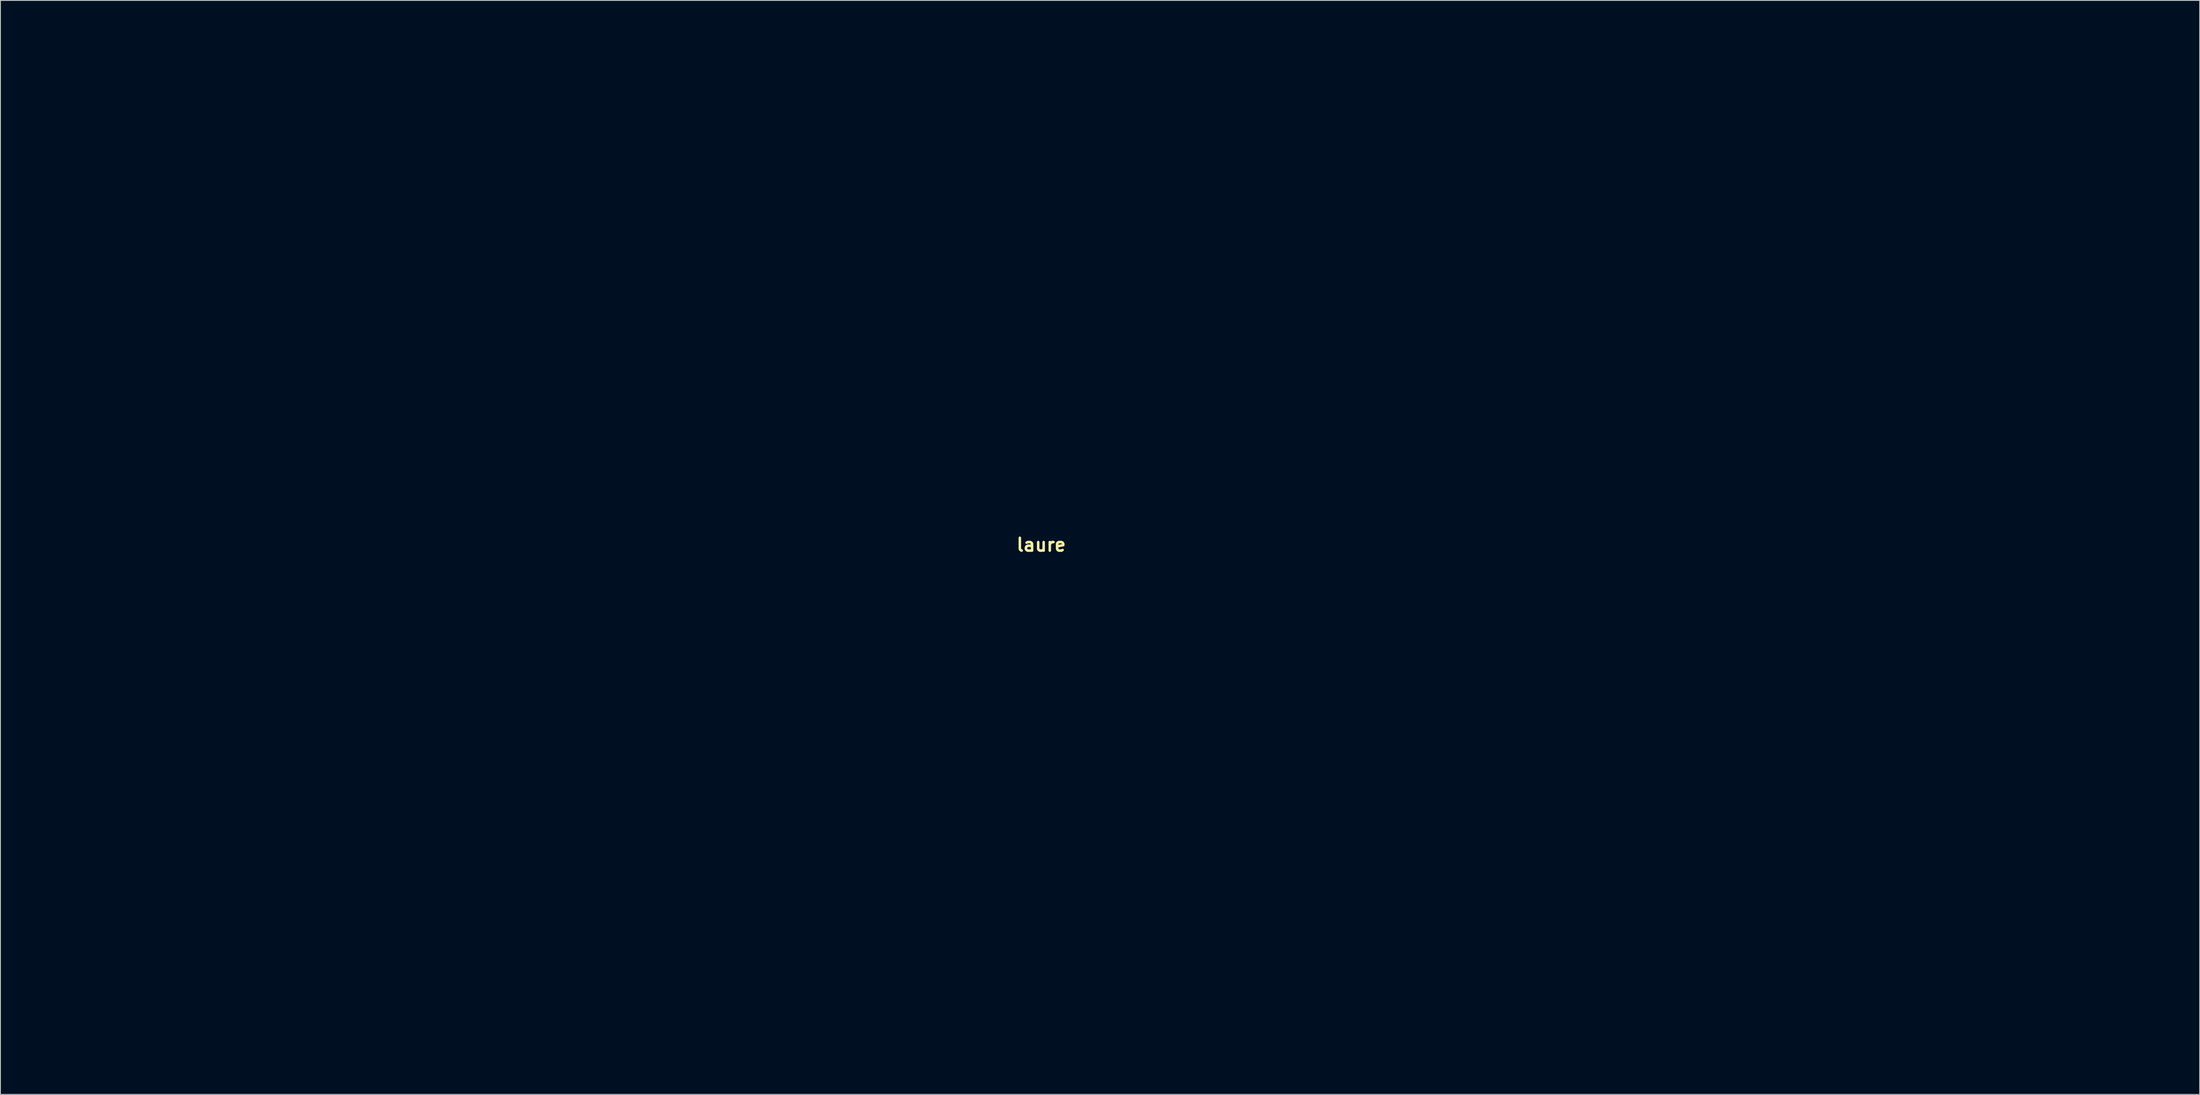
<source format=kicad_pcb>
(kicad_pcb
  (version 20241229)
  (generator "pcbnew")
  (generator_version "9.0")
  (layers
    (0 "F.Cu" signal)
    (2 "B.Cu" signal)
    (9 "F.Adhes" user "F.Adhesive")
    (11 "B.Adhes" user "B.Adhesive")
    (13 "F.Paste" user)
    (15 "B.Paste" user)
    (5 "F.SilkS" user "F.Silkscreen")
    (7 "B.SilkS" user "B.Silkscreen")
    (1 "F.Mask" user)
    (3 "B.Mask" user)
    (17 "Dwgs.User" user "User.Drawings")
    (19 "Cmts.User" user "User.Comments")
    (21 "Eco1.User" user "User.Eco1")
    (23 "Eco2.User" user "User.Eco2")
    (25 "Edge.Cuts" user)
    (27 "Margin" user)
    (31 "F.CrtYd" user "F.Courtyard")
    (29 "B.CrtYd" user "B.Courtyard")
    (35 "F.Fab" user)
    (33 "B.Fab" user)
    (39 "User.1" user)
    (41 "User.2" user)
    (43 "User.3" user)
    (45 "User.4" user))
  (footprint "laure"
    (layer "F.Cu")
    (at 120.639 61.674)
    (property "Reference" "laure" (at 0 0 0) (layer "F.SilkS") (effects (font (size 1.524 1.524) (thickness 0.3))))
    (attr through_hole)
    (fp_poly (pts (xy 52.32 49.794) (xy 53.483 49.906) (xy 53.679 62.248) (xy 50.833 62.248) (xy 48.661 55.63) (xy 48.747 58.849) (xy 48.832 62.069) (xy 46.132 62.292) (xy 46.23 56.099) (xy 46.328 49.906) (xy 47.432 49.798) (xy 48.133 49.792) (xy 48.663 50.006) (xy 49.108 50.553) (xy 49.551 51.546) (xy 50.076 53.095) (xy 50.199 53.483) (xy 51.098 56.345) (xy 51.158 49.681)) (stroke (width 0) (type solid)) (fill yes) (layer "F.Mask"))
    (fp_poly (pts (xy 28.083 0.537) (xy 24.058 0.638) (xy 20.034 0.739) (xy 20.034 6.407) (xy 22.449 6.513) (xy 24.863 6.618) (xy 24.863 10.911) (xy 22.449 11.017) (xy 20.034 11.123) (xy 20.034 16.814) (xy 23.582 16.814) (xy 25.157 16.835) (xy 26.499 16.892) (xy 27.422 16.974) (xy 27.696 17.031) (xy 28.038 17.363) (xy 28.214 18.121) (xy 28.262 19.357) (xy 28.262 21.465) (xy 14.658 21.465) (xy 14.846 -3.756) (xy 28.083 -3.756)) (stroke (width 0) (type solid)) (fill yes) (layer "F.Mask"))
    (fp_poly (pts (xy -40.022 52.231) (xy -44.003 52.231) (xy -44.003 53.46) (xy -43.933 54.301) (xy -43.586 54.67) (xy -42.84 54.802) (xy -42.034 54.963) (xy -41.722 55.381) (xy -41.677 55.987) (xy -41.768 56.74) (xy -42.188 57.069) (xy -42.84 57.173) (xy -44.003 57.285) (xy -44.003 62.248) (xy -45.266 62.248) (xy -46.162 62.129) (xy -46.681 61.835) (xy -46.707 61.786) (xy -46.761 61.285) (xy -46.796 60.202) (xy -46.81 58.67) (xy -46.802 56.822) (xy -46.785 55.615) (xy -46.686 49.906) (xy -40.246 49.906)) (stroke (width 0) (type solid)) (fill yes) (layer "F.Mask"))
    (fp_poly (pts (xy -11.09 21.494) (xy -14.015 21.39) (xy -16.94 21.286) (xy -19.186 14.31) (xy -21.432 7.334) (xy -21.465 21.465) (xy -23.909 21.465) (xy -25.172 21.432) (xy -26.135 21.347) (xy -26.592 21.227) (xy -26.592 21.226) (xy -26.66 20.811) (xy -26.716 19.783) (xy -26.76 18.241) (xy -26.792 16.289) (xy -26.812 14.028) (xy -26.822 11.559) (xy -26.82 8.983) (xy -26.808 6.402) (xy -26.786 3.918) (xy -26.753 1.632) (xy -26.711 -0.354) (xy -26.659 -1.939) (xy -26.598 -3.022) (xy -26.528 -3.5) (xy -26.526 -3.505) (xy -26.075 -3.764) (xy -25.09 -3.878) (xy -23.58 -3.863) (xy -20.928 -3.756) (xy -18.73 2.862) (xy -16.533 9.48) (xy -16.405 2.862) (xy -16.277 -3.756) (xy -13.684 -3.861) (xy -11.09 -3.967)) (stroke (width 0) (type solid)) (fill yes) (layer "F.Mask"))
    (fp_poly (pts (xy 102.719 52.231) (xy 98.738 52.231) (xy 98.738 53.46) (xy 98.807 54.301) (xy 99.155 54.67) (xy 99.901 54.802) (xy 100.706 54.963) (xy 101.019 55.381) (xy 101.063 55.987) (xy 100.973 56.74) (xy 100.553 57.069) (xy 99.901 57.173) (xy 99.108 57.324) (xy 98.792 57.729) (xy 98.738 58.496) (xy 98.769 59.201) (xy 98.981 59.572) (xy 99.554 59.736) (xy 100.616 59.814) (xy 101.711 59.902) (xy 102.283 60.081) (xy 102.521 60.475) (xy 102.606 61.085) (xy 102.719 62.248) (xy 99.465 62.248) (xy 97.738 62.211) (xy 96.645 62.095) (xy 96.108 61.888) (xy 96.034 61.786) (xy 95.98 61.285) (xy 95.945 60.202) (xy 95.931 58.67) (xy 95.939 56.822) (xy 95.956 55.615) (xy 96.055 49.906) (xy 102.494 49.906)) (stroke (width 0) (type solid)) (fill yes) (layer "F.Mask"))
    (fp_poly (pts (xy 130.809 -56.806) (xy 134.334 -56.703) (xy 134.334 -17.708) (xy 125.634 -17.508) (xy 123.435 -24.405) (xy 122.65 -26.858) (xy 121.827 -29.404) (xy 121.034 -31.843) (xy 120.334 -33.975) (xy 119.854 -35.417) (xy 118.471 -39.531) (xy 118.414 -17.53) (xy 110.538 -17.53) (xy 110.63 -37.116) (xy 110.723 -56.703) (xy 119.265 -56.703) (xy 122.671 -46.075) (xy 123.511 -43.468) (xy 124.284 -41.101) (xy 124.963 -39.054) (xy 125.52 -37.407) (xy 125.928 -36.242) (xy 126.16 -35.639) (xy 126.202 -35.573) (xy 126.233 -35.948) (xy 126.259 -36.949) (xy 126.279 -38.482) (xy 126.293 -40.456) (xy 126.299 -42.782) (xy 126.297 -45.366) (xy 126.296 -45.88) (xy 126.292 -48.936) (xy 126.303 -51.35) (xy 126.333 -53.198) (xy 126.385 -54.554) (xy 126.463 -55.492) (xy 126.569 -56.087) (xy 126.707 -56.412) (xy 126.775 -56.485) (xy 127.466 -56.71) (xy 128.846 -56.816)) (stroke (width 0) (type solid)) (fill yes) (layer "F.Mask"))
    (fp_poly (pts (xy 131.629 49.865) (xy 133.051 50.383) (xy 133.98 51.415) (xy 134.396 52.724) (xy 134.614 54.069) (xy 133.222 53.955) (xy 132.277 53.798) (xy 131.835 53.448) (xy 131.713 53.015) (xy 131.413 52.374) (xy 131.001 52.304) (xy 130.412 52.671) (xy 130.359 53.333) (xy 130.829 54.124) (xy 131.172 54.449) (xy 132.645 55.71) (xy 133.623 56.687) (xy 134.198 57.505) (xy 134.463 58.288) (xy 134.513 58.94) (xy 134.226 60.483) (xy 133.398 61.572) (xy 132.082 62.158) (xy 131.151 62.248) (xy 129.752 62.078) (xy 128.717 61.508) (xy 128.642 61.443) (xy 127.959 60.533) (xy 127.639 59.565) (xy 127.638 58.839) (xy 127.958 58.514) (xy 128.789 58.387) (xy 129.71 58.409) (xy 130.216 58.761) (xy 130.399 59.102) (xy 130.86 59.749) (xy 131.287 59.718) (xy 131.543 59.024) (xy 131.552 58.95) (xy 131.416 58.312) (xy 130.821 57.587) (xy 129.869 56.8) (xy 128.389 55.396) (xy 127.609 53.961) (xy 127.534 52.512) (xy 127.872 51.558) (xy 128.825 50.422) (xy 130.173 49.859)) (stroke (width 0) (type solid)) (fill yes) (layer "F.Mask"))
    (fp_poly (pts (xy 96.339 -56.809) (xy 98.303 -56.768) (xy 99.672 -56.694) (xy 100.485 -56.587) (xy 100.751 -56.486) (xy 101.01 -55.917) (xy 101.177 -54.861) (xy 101.251 -53.544) (xy 101.229 -52.189) (xy 101.11 -51.021) (xy 100.89 -50.262) (xy 100.813 -50.156) (xy 100.329 -49.973) (xy 99.271 -49.842) (xy 97.595 -49.762) (xy 95.259 -49.728) (xy 94.552 -49.727) (xy 88.721 -49.727) (xy 88.721 -40.783) (xy 92.076 -40.783) (xy 93.857 -40.747) (xy 95.028 -40.628) (xy 95.688 -40.414) (xy 95.847 -40.281) (xy 96.069 -39.607) (xy 96.171 -38.315) (xy 96.159 -36.793) (xy 96.055 -33.807) (xy 92.388 -33.705) (xy 88.721 -33.603) (xy 88.721 -24.685) (xy 94.377 -24.685) (xy 96.842 -24.662) (xy 98.653 -24.592) (xy 99.869 -24.469) (xy 100.552 -24.29) (xy 100.653 -24.231) (xy 100.961 -23.892) (xy 101.134 -23.33) (xy 101.198 -22.386) (xy 101.174 -20.901) (xy 101.169 -20.743) (xy 101.063 -17.708) (xy 90.775 -17.614) (xy 80.487 -17.519) (xy 80.579 -37.111) (xy 80.672 -56.703) (xy 90.466 -56.798) (xy 93.74 -56.819)) (stroke (width 0) (type solid)) (fill yes) (layer "F.Mask"))
    (fp_poly (pts (xy 83.58 49.939) (xy 84.503 50.074) (xy 85.154 50.366) (xy 85.646 50.768) (xy 86.568 52.065) (xy 86.81 53.578) (xy 86.371 55.294) (xy 86.233 55.596) (xy 85.459 57.195) (xy 86.196 59.58) (xy 86.561 60.783) (xy 86.825 61.686) (xy 86.932 62.102) (xy 86.932 62.107) (xy 86.615 62.196) (xy 85.826 62.245) (xy 85.545 62.248) (xy 84.158 62.248) (xy 83.509 59.744) (xy 83.156 58.524) (xy 82.827 57.632) (xy 82.589 57.244) (xy 82.57 57.239) (xy 82.428 57.567) (xy 82.325 58.429) (xy 82.282 59.644) (xy 82.282 59.744) (xy 82.282 62.248) (xy 81.018 62.248) (xy 80.123 62.129) (xy 79.603 61.835) (xy 79.578 61.786) (xy 79.523 61.285) (xy 79.488 60.202) (xy 79.474 58.67) (xy 79.483 56.822) (xy 79.5 55.615) (xy 79.534 53.662) (xy 82.282 53.662) (xy 82.339 54.614) (xy 82.554 55.01) (xy 82.869 55.03) (xy 83.541 54.648) (xy 83.851 54.288) (xy 84.009 53.47) (xy 83.624 52.71) (xy 82.869 52.294) (xy 82.488 52.363) (xy 82.314 52.872) (xy 82.282 53.662) (xy 79.534 53.662) (xy 79.599 49.906) (xy 82.164 49.906)) (stroke (width 0) (type solid)) (fill yes) (layer "F.Mask"))
    (fp_poly (pts (xy -42.408 -56.808) (xy -42.34 -56.806) (xy -38.815 -56.703) (xy -38.722 -40.694) (xy -38.629 -24.685) (xy -32.756 -24.685) (xy -30.357 -24.678) (xy -28.581 -24.627) (xy -27.333 -24.484) (xy -26.521 -24.201) (xy -26.051 -23.73) (xy -25.829 -23.023) (xy -25.762 -22.034) (xy -25.758 -21.111) (xy -25.742 -20.081) (xy -25.744 -19.268) (xy -25.841 -18.648) (xy -26.106 -18.194) (xy -26.616 -17.881) (xy -27.445 -17.683) (xy -28.669 -17.574) (xy -30.364 -17.529) (xy -32.605 -17.523) (xy -35.466 -17.529) (xy -36.29 -17.53) (xy -38.909 -17.538) (xy -41.293 -17.561) (xy -43.347 -17.596) (xy -44.98 -17.643) (xy -46.098 -17.697) (xy -46.608 -17.758) (xy -46.626 -17.768) (xy -46.672 -18.161) (xy -46.714 -19.203) (xy -46.753 -20.827) (xy -46.787 -22.966) (xy -46.817 -25.553) (xy -46.84 -28.523) (xy -46.856 -31.807) (xy -46.864 -35.339) (xy -46.865 -37.043) (xy -46.862 -41.319) (xy -46.854 -44.934) (xy -46.837 -47.941) (xy -46.812 -50.393) (xy -46.777 -52.344) (xy -46.73 -53.847) (xy -46.67 -54.957) (xy -46.596 -55.726) (xy -46.506 -56.208) (xy -46.399 -56.457) (xy -46.365 -56.494) (xy -45.696 -56.708) (xy -44.363 -56.813)) (stroke (width 0) (type solid)) (fill yes) (layer "F.Mask"))
    (fp_poly (pts (xy -26.583 49.965) (xy -25.316 50.771) (xy -24.748 51.316) (xy -24.394 51.839) (xy -24.193 52.53) (xy -24.085 53.583) (xy -24.021 54.898) (xy -23.985 57.17) (xy -24.106 58.866) (xy -24.408 60.112) (xy -24.914 61.035) (xy -25.229 61.393) (xy -26.384 62.085) (xy -27.81 62.287) (xy -29.256 62) (xy -30.299 61.385) (xy -30.746 60.965) (xy -31.042 60.522) (xy -31.224 59.898) (xy -31.331 58.936) (xy -31.384 57.807) (xy -28.562 57.807) (xy -28.469 59.032) (xy -28.237 59.719) (xy -27.84 59.955) (xy -27.299 59.847) (xy -27.068 59.592) (xy -26.934 58.969) (xy -26.883 57.865) (xy -26.905 56.168) (xy -26.908 56.034) (xy -26.965 54.392) (xy -27.043 53.336) (xy -27.171 52.74) (xy -27.378 52.474) (xy -27.694 52.41) (xy -27.725 52.41) (xy -28.054 52.464) (xy -28.27 52.713) (xy -28.404 53.286) (xy -28.485 54.313) (xy -28.543 55.923) (xy -28.544 55.958) (xy -28.562 57.807) (xy -31.384 57.807) (xy -31.4 57.48) (xy -31.426 56.71) (xy -31.443 54.468) (xy -31.311 52.816) (xy -30.996 51.641) (xy -30.468 50.829) (xy -29.695 50.265) (xy -29.66 50.247) (xy -28.071 49.751)) (stroke (width 0) (type solid)) (fill yes) (layer "F.Mask"))
    (fp_poly (pts (xy -10.736 49.938) (xy -9.866 50.081) (xy -9.234 50.405) (xy -8.683 50.898) (xy -8.038 51.697) (xy -7.749 52.591) (xy -7.692 53.633) (xy -7.855 55.139) (xy -8.358 56.112) (xy -8.691 56.524) (xy -8.83 56.942) (xy -8.769 57.556) (xy -8.502 58.557) (xy -8.268 59.335) (xy -7.899 60.581) (xy -7.63 61.547) (xy -7.514 62.04) (xy -7.513 62.057) (xy -7.827 62.181) (xy -8.607 62.196) (xy -8.854 62.18) (xy -9.563 62.093) (xy -10.017 61.874) (xy -10.344 61.364) (xy -10.669 60.407) (xy -10.888 59.654) (xy -11.268 58.462) (xy -11.616 57.599) (xy -11.861 57.241) (xy -11.872 57.239) (xy -12.015 57.567) (xy -12.12 58.429) (xy -12.163 59.644) (xy -12.163 59.744) (xy -12.163 62.248) (xy -14.685 62.248) (xy -14.587 56.077) (xy -14.548 53.662) (xy -12.163 53.662) (xy -12.094 54.647) (xy -11.805 55.042) (xy -11.18 54.962) (xy -10.941 54.876) (xy -10.401 54.375) (xy -10.328 53.636) (xy -10.645 52.886) (xy -11.275 52.353) (xy -11.835 52.231) (xy -12.041 52.548) (xy -12.155 53.341) (xy -12.163 53.662) (xy -14.548 53.662) (xy -14.489 49.906) (xy -12.082 49.906)) (stroke (width 0) (type solid)) (fill yes) (layer "F.Mask"))
    (fp_poly (pts (xy 35.027 50.247) (xy 35.809 50.804) (xy 36.346 51.605) (xy 36.668 52.763) (xy 36.808 54.395) (xy 36.795 56.613) (xy 36.792 56.71) (xy 36.728 58.412) (xy 36.641 59.556) (xy 36.494 60.299) (xy 36.249 60.797) (xy 35.868 61.207) (xy 35.665 61.385) (xy 34.394 62.081) (xy 32.934 62.287) (xy 31.535 62.005) (xy 30.595 61.393) (xy 29.985 60.578) (xy 29.59 59.5) (xy 29.387 58.031) (xy 29.383 57.807) (xy 32.255 57.807) (xy 32.348 59.032) (xy 32.579 59.719) (xy 32.977 59.955) (xy 33.518 59.847) (xy 33.749 59.592) (xy 33.883 58.969) (xy 33.934 57.865) (xy 33.912 56.168) (xy 33.909 56.034) (xy 33.852 54.392) (xy 33.774 53.336) (xy 33.646 52.74) (xy 33.439 52.474) (xy 33.123 52.41) (xy 33.092 52.41) (xy 32.763 52.464) (xy 32.547 52.713) (xy 32.413 53.286) (xy 32.332 54.313) (xy 32.274 55.923) (xy 32.273 55.958) (xy 32.255 57.807) (xy 29.383 57.807) (xy 29.352 56.046) (xy 29.387 54.898) (xy 29.464 53.39) (xy 29.582 52.405) (xy 29.803 51.752) (xy 30.186 51.239) (xy 30.682 50.771) (xy 32.084 49.915) (xy 33.581 49.768)) (stroke (width 0) (type solid)) (fill yes) (layer "F.Mask"))
    (fp_poly (pts (xy -110.012 -61.272) (xy -109.657 -60.348) (xy -109.199 -59.061) (xy -108.905 -58.198) (xy -107.803 -54.914) (xy -103.896 -54.735) (xy -99.99 -54.556) (xy -103.12 -52.279) (xy -104.389 -51.349) (xy -105.411 -50.59) (xy -106.068 -50.088) (xy -106.251 -49.931) (xy -106.144 -49.585) (xy -105.858 -48.714) (xy -105.442 -47.471) (xy -105.177 -46.686) (xy -104.707 -45.247) (xy -104.341 -44.038) (xy -104.133 -43.238) (xy -104.104 -43.045) (xy -104.368 -43.046) (xy -105.081 -43.414) (xy -106.126 -44.083) (xy -107.03 -44.722) (xy -108.287 -45.622) (xy -109.34 -46.336) (xy -110.049 -46.773) (xy -110.265 -46.865) (xy -110.694 -46.668) (xy -111.51 -46.154) (xy -112.437 -45.505) (xy -114.117 -44.287) (xy -115.299 -43.453) (xy -116.057 -42.958) (xy -116.463 -42.755) (xy -116.592 -42.8) (xy -116.559 -42.948) (xy -116.143 -44.142) (xy -115.705 -45.561) (xy -115.29 -47.031) (xy -114.945 -48.381) (xy -114.715 -49.439) (xy -114.646 -50.032) (xy -114.66 -50.088) (xy -115.026 -50.431) (xy -115.841 -51.078) (xy -116.967 -51.922) (xy -117.755 -52.493) (xy -120.639 -54.556) (xy -116.684 -54.657) (xy -112.729 -54.758) (xy -111.564 -58.312) (xy -111.069 -59.752) (xy -110.64 -60.874) (xy -110.329 -61.546) (xy -110.203 -61.674)) (stroke (width 0) (type solid)) (fill yes) (layer "F.Mask"))
    (fp_poly (pts (xy 67.899 49.979) (xy 69.036 50.669) (xy 69.784 51.428) (xy 70.057 52.188) (xy 70.048 52.905) (xy 69.895 53.788) (xy 69.518 54.188) (xy 68.946 54.313) (xy 68.207 54.277) (xy 67.771 53.823) (xy 67.563 53.311) (xy 67.093 52.476) (xy 66.589 52.306) (xy 66.312 52.471) (xy 66.125 52.924) (xy 66.004 53.789) (xy 65.926 55.192) (xy 65.901 55.962) (xy 65.894 57.9) (xy 66.016 59.179) (xy 66.283 59.846) (xy 66.711 59.95) (xy 67.155 59.679) (xy 67.524 59.08) (xy 67.602 58.341) (xy 67.398 57.757) (xy 67.077 57.597) (xy 66.651 57.277) (xy 66.541 56.524) (xy 66.58 55.889) (xy 66.82 55.572) (xy 67.446 55.463) (xy 68.33 55.451) (xy 70.118 55.451) (xy 70.118 57.971) (xy 70.086 59.364) (xy 69.952 60.262) (xy 69.658 60.888) (xy 69.24 61.37) (xy 68.066 62.08) (xy 66.627 62.289) (xy 65.172 61.996) (xy 64.146 61.385) (xy 63.699 60.965) (xy 63.403 60.522) (xy 63.221 59.898) (xy 63.114 58.936) (xy 63.045 57.48) (xy 63.02 56.71) (xy 63.002 54.468) (xy 63.134 52.816) (xy 63.449 51.641) (xy 63.978 50.829) (xy 64.75 50.265) (xy 64.785 50.247) (xy 66.383 49.76)) (stroke (width 0) (type solid)) (fill yes) (layer "F.Mask"))
    (fp_poly (pts (xy 16.807 49.796) (xy 17.05 49.822) (xy 18.639 50.242) (xy 19.687 51.108) (xy 20.24 52.459) (xy 20.241 52.464) (xy 20.328 53.257) (xy 20.035 53.635) (xy 19.364 53.831) (xy 18.26 53.927) (xy 17.674 53.584) (xy 17.53 52.925) (xy 17.266 52.343) (xy 16.814 52.231) (xy 16.493 52.279) (xy 16.285 52.507) (xy 16.167 53.043) (xy 16.113 54.015) (xy 16.099 55.549) (xy 16.099 55.928) (xy 16.118 57.485) (xy 16.171 58.762) (xy 16.248 59.599) (xy 16.312 59.838) (xy 16.811 59.946) (xy 17.31 59.592) (xy 17.53 58.99) (xy 17.664 58.544) (xy 18.189 58.348) (xy 18.961 58.313) (xy 19.881 58.36) (xy 20.291 58.59) (xy 20.391 59.132) (xy 20.392 59.235) (xy 20.116 60.159) (xy 19.403 61.144) (xy 19.346 61.202) (xy 18.46 61.914) (xy 17.492 62.209) (xy 16.695 62.248) (xy 15.567 62.159) (xy 14.797 61.793) (xy 14.163 61.147) (xy 13.763 60.63) (xy 13.498 60.109) (xy 13.341 59.427) (xy 13.264 58.425) (xy 13.239 56.948) (xy 13.237 55.932) (xy 13.242 54.163) (xy 13.28 52.954) (xy 13.383 52.153) (xy 13.583 51.605) (xy 13.913 51.156) (xy 14.327 50.728) (xy 15.1 50.049) (xy 15.811 49.777)) (stroke (width 0) (type solid)) (fill yes) (layer "F.Mask"))
    (fp_poly (pts (xy 41.429 -3.866) (xy 42.449 -3.776) (xy 43.241 -3.6) (xy 43.966 -3.32) (xy 44.248 -3.187) (xy 45.877 -2.028) (xy 47.083 -0.419) (xy 47.844 1.495) (xy 48.135 3.568) (xy 47.932 5.655) (xy 47.212 7.612) (xy 46.253 8.979) (xy 44.992 10.376) (xy 46.644 15.718) (xy 47.21 17.562) (xy 47.692 19.159) (xy 48.055 20.387) (xy 48.262 21.124) (xy 48.296 21.278) (xy 47.967 21.368) (xy 47.097 21.411) (xy 45.858 21.401) (xy 45.554 21.39) (xy 42.813 21.286) (xy 41.399 16.188) (xy 40.825 14.168) (xy 40.382 12.746) (xy 40.029 11.826) (xy 39.729 11.312) (xy 39.44 11.107) (xy 39.311 11.09) (xy 39.048 11.135) (xy 38.863 11.343) (xy 38.744 11.821) (xy 38.676 12.676) (xy 38.645 14.016) (xy 38.637 15.949) (xy 38.637 16.277) (xy 38.637 21.465) (xy 33.261 21.465) (xy 33.416 0.715) (xy 38.637 0.715) (xy 38.637 6.797) (xy 39.95 6.797) (xy 41.016 6.639) (xy 41.859 6.254) (xy 41.918 6.205) (xy 42.388 5.444) (xy 42.567 4.197) (xy 42.572 3.88) (xy 42.354 2.296) (xy 41.691 1.266) (xy 40.565 0.769) (xy 39.889 0.715) (xy 38.637 0.715) (xy 33.416 0.715) (xy 33.449 -3.756) (xy 38.054 -3.857) (xy 40.017 -3.887)) (stroke (width 0) (type solid)) (fill yes) (layer "F.Mask"))
    (fp_poly (pts (xy 116.352 50.018) (xy 117.502 50.79) (xy 118.238 51.888) (xy 118.414 52.799) (xy 118.354 53.625) (xy 118.026 53.958) (xy 117.211 54.02) (xy 117.201 54.02) (xy 116.322 53.918) (xy 115.891 53.509) (xy 115.763 53.125) (xy 115.378 52.42) (xy 114.847 52.263) (xy 114.381 52.7) (xy 114.333 52.812) (xy 114.422 53.329) (xy 115.015 54.137) (xy 116.153 55.288) (xy 116.346 55.468) (xy 117.439 56.509) (xy 118.1 57.249) (xy 118.433 57.861) (xy 118.542 58.515) (xy 118.542 59.072) (xy 118.217 60.578) (xy 117.36 61.619) (xy 116.015 62.154) (xy 115.085 62.22) (xy 114.033 62.16) (xy 113.257 62.047) (xy 113.13 62.008) (xy 112.592 61.51) (xy 112.063 60.61) (xy 111.696 59.608) (xy 111.617 59.046) (xy 111.749 58.543) (xy 112.275 58.339) (xy 112.878 58.313) (xy 113.811 58.424) (xy 114.316 58.855) (xy 114.476 59.2) (xy 114.926 59.778) (xy 115.475 59.866) (xy 115.86 59.476) (xy 115.91 59.151) (xy 115.664 58.662) (xy 115.056 57.922) (xy 114.282 57.129) (xy 113.534 56.48) (xy 113.008 56.173) (xy 112.968 56.168) (xy 112.58 55.855) (xy 112.159 55.082) (xy 111.807 54.091) (xy 111.624 53.126) (xy 111.617 52.937) (xy 111.942 51.69) (xy 112.791 50.619) (xy 113.968 49.91) (xy 114.961 49.727)) (stroke (width 0) (type solid)) (fill yes) (layer "F.Mask"))
    (fp_poly (pts (xy -32.197 6.013) (xy -32.213 9.513) (xy -32.261 12.401) (xy -32.339 14.653) (xy -32.447 16.242) (xy -32.584 17.145) (xy -32.603 17.208) (xy -33.363 18.654) (xy -34.554 20.04) (xy -35.925 21.093) (xy -36.389 21.329) (xy -37.842 21.695) (xy -39.615 21.786) (xy -41.371 21.605) (xy -42.561 21.256) (xy -44.007 20.459) (xy -45.084 19.398) (xy -45.919 18.066) (xy -46.143 17.618) (xy -46.318 17.146) (xy -46.451 16.563) (xy -46.548 15.779) (xy -46.613 14.705) (xy -46.654 13.253) (xy -46.676 11.333) (xy -46.685 8.857) (xy -46.686 6.439) (xy -46.686 -3.756) (xy -44.214 -3.863) (xy -42.686 -3.873) (xy -41.779 -3.731) (xy -41.447 -3.506) (xy -41.368 -3.037) (xy -41.298 -1.95) (xy -41.237 -0.345) (xy -41.19 1.682) (xy -41.159 4.033) (xy -41.146 6.608) (xy -41.146 6.636) (xy -41.141 9.657) (xy -41.119 12.039) (xy -41.071 13.856) (xy -40.984 15.186) (xy -40.847 16.103) (xy -40.649 16.684) (xy -40.377 17.004) (xy -40.022 17.14) (xy -39.57 17.166) (xy -39.549 17.166) (xy -39.04 17.15) (xy -38.636 17.061) (xy -38.324 16.823) (xy -38.089 16.361) (xy -37.918 15.599) (xy -37.797 14.463) (xy -37.712 12.877) (xy -37.648 10.765) (xy -37.594 8.053) (xy -37.563 6.363) (xy -37.385 -3.756) (xy -34.791 -3.861) (xy -32.197 -3.967)) (stroke (width 0) (type solid)) (fill yes) (layer "F.Mask"))
    (fp_poly (pts (xy 2.354 -3.798) (xy 3.72 -3.674) (xy 4.377 -3.555) (xy 5.944 -2.822) (xy 7.384 -1.605) (xy 8.477 -0.12) (xy 8.902 0.902) (xy 9.051 1.823) (xy 9.164 3.289) (xy 9.243 5.155) (xy 9.286 7.272) (xy 9.295 9.493) (xy 9.269 11.671) (xy 9.208 13.658) (xy 9.112 15.307) (xy 8.982 16.47) (xy 8.896 16.85) (xy 8.135 18.296) (xy 6.944 19.682) (xy 5.574 20.736) (xy 5.109 20.971) (xy 4.278 21.183) (xy 3.003 21.34) (xy 1.443 21.441) (xy -0.246 21.486) (xy -1.906 21.475) (xy -3.379 21.405) (xy -4.507 21.278) (xy -5.133 21.092) (xy -5.203 21.015) (xy -5.242 20.562) (xy -5.271 19.479) (xy -5.292 17.854) (xy -5.298 16.814) (xy 0 16.814) (xy 1.422 16.814) (xy 2.417 16.728) (xy 3.007 16.362) (xy 3.389 15.759) (xy 3.606 15.171) (xy 3.761 14.308) (xy 3.862 13.06) (xy 3.917 11.321) (xy 3.935 8.984) (xy 3.935 8.759) (xy 3.915 6.15) (xy 3.833 4.17) (xy 3.662 2.735) (xy 3.371 1.758) (xy 2.931 1.155) (xy 2.313 0.84) (xy 1.487 0.728) (xy 1.163 0.721) (xy 0 0.715) (xy 0 16.814) (xy -5.298 16.814) (xy -5.304 15.772) (xy -5.305 13.319) (xy -5.296 10.582) (xy -5.282 8.405) (xy -5.187 -3.756) (xy -1.155 -3.858) (xy 0.655 -3.863)) (stroke (width 0) (type solid)) (fill yes) (layer "F.Mask"))
    (fp_poly (pts (xy 127.043 -3.869) (xy 128.897 -3.673) (xy 130.331 -3.296) (xy 131.49 -2.691) (xy 132.518 -1.813) (xy 132.971 -1.323) (xy 133.467 -0.7) (xy 133.849 -0.035) (xy 134.129 0.769) (xy 134.32 1.809) (xy 134.434 3.182) (xy 134.485 4.985) (xy 134.484 7.315) (xy 134.448 10.044) (xy 134.407 12.447) (xy 134.362 14.249) (xy 134.299 15.562) (xy 134.202 16.5) (xy 134.058 17.178) (xy 133.85 17.709) (xy 133.564 18.206) (xy 133.326 18.569) (xy 132.493 19.642) (xy 131.544 20.422) (xy 130.353 20.95) (xy 128.797 21.27) (xy 126.75 21.425) (xy 124.824 21.457) (xy 123.096 21.442) (xy 121.636 21.395) (xy 120.588 21.324) (xy 120.096 21.236) (xy 120.084 21.226) (xy 120.024 20.821) (xy 119.973 19.803) (xy 119.93 18.271) (xy 119.897 16.329) (xy 119.872 14.077) (xy 119.856 11.617) (xy 119.85 9.051) (xy 119.852 6.479) (xy 119.864 4.004) (xy 119.885 1.726) (xy 119.901 0.715) (xy 125.569 0.715) (xy 125.569 16.814) (xy 126.801 16.814) (xy 127.939 16.596) (xy 128.59 16.019) (xy 128.795 15.603) (xy 128.945 14.961) (xy 129.047 13.989) (xy 129.11 12.587) (xy 129.14 10.652) (xy 129.146 8.685) (xy 129.141 6.355) (xy 129.119 4.633) (xy 129.068 3.411) (xy 128.979 2.582) (xy 128.841 2.038) (xy 128.643 1.672) (xy 128.431 1.431) (xy 127.529 0.892) (xy 126.642 0.715) (xy 125.569 0.715) (xy 119.901 0.715) (xy 119.916 -0.252) (xy 119.956 -1.829) (xy 120.006 -2.905) (xy 120.062 -3.369) (xy 120.262 -3.613) (xy 120.717 -3.776) (xy 121.545 -3.873) (xy 122.863 -3.919) (xy 124.623 -3.927)) (stroke (width 0) (type solid)) (fill yes) (layer "F.Mask"))
    (fp_poly (pts (xy 58.324 -56.854) (xy 60.598 -56.754) (xy 62.399 -56.561) (xy 63.849 -56.25) (xy 65.07 -55.8) (xy 66.18 -55.188) (xy 66.834 -54.741) (xy 68.576 -53.059) (xy 69.879 -50.942) (xy 70.736 -48.523) (xy 71.141 -45.932) (xy 71.091 -43.305) (xy 70.577 -40.771) (xy 69.596 -38.465) (xy 68.14 -36.518) (xy 67.643 -36.052) (xy 66.285 -34.88) (xy 68.899 -26.473) (xy 69.61 -24.142) (xy 70.224 -22.036) (xy 70.717 -20.252) (xy 71.062 -18.885) (xy 71.233 -18.031) (xy 71.232 -17.785) (xy 70.779 -17.68) (xy 69.771 -17.612) (xy 68.368 -17.588) (xy 67.078 -17.606) (xy 63.205 -17.708) (xy 61.001 -25.579) (xy 58.798 -33.449) (xy 56.524 -33.674) (xy 56.524 -17.53) (xy 52.627 -17.53) (xy 50.858 -17.546) (xy 49.681 -17.608) (xy 48.974 -17.731) (xy 48.613 -17.932) (xy 48.513 -18.095) (xy 48.471 -18.553) (xy 48.432 -19.658) (xy 48.396 -21.339) (xy 48.365 -23.53) (xy 48.338 -26.16) (xy 48.318 -29.16) (xy 48.303 -32.463) (xy 48.296 -35.997) (xy 48.296 -37.342) (xy 48.3 -41.761) (xy 48.313 -45.506) (xy 48.337 -48.622) (xy 48.352 -49.727) (xy 56.524 -49.727) (xy 56.524 -40.068) (xy 58.603 -40.068) (xy 59.975 -40.138) (xy 60.882 -40.393) (xy 61.487 -40.817) (xy 62.4 -41.999) (xy 62.867 -43.508) (xy 62.963 -44.938) (xy 62.711 -46.901) (xy 61.959 -48.355) (xy 60.713 -49.292) (xy 58.982 -49.706) (xy 58.412 -49.727) (xy 56.524 -49.727) (xy 48.352 -49.727) (xy 48.371 -51.149) (xy 48.418 -53.132) (xy 48.477 -54.613) (xy 48.551 -55.633) (xy 48.639 -56.237) (xy 48.725 -56.452) (xy 49.185 -56.628) (xy 50.195 -56.755) (xy 51.802 -56.837) (xy 54.053 -56.877) (xy 55.457 -56.882)) (stroke (width 0) (type solid)) (fill yes) (layer "F.Mask"))
    (fp_poly (pts (xy 90.158 -3.638) (xy 91.652 -2.895) (xy 92.563 -2.267) (xy 93.268 -1.615) (xy 93.795 -0.838) (xy 94.172 0.165) (xy 94.427 1.492) (xy 94.589 3.244) (xy 94.685 5.522) (xy 94.739 8.094) (xy 94.761 10.916) (xy 94.732 13.293) (xy 94.655 15.148) (xy 94.532 16.403) (xy 94.462 16.753) (xy 93.592 18.699) (xy 92.192 20.222) (xy 90.351 21.261) (xy 88.157 21.755) (xy 87.29 21.786) (xy 85.952 21.705) (xy 84.733 21.521) (xy 84.249 21.392) (xy 82.687 20.513) (xy 81.31 19.115) (xy 80.456 17.708) (xy 80.224 17.125) (xy 80.052 16.444) (xy 79.932 15.553) (xy 79.854 14.34) (xy 79.81 12.693) (xy 79.79 10.5) (xy 79.787 9.123) (xy 79.791 8.685) (xy 85.144 8.685) (xy 85.153 11.165) (xy 85.185 13.03) (xy 85.247 14.381) (xy 85.347 15.32) (xy 85.493 15.947) (xy 85.691 16.363) (xy 85.715 16.397) (xy 86.529 17.025) (xy 87.536 17.122) (xy 88.476 16.714) (xy 88.976 16.099) (xy 89.145 15.397) (xy 89.277 14.133) (xy 89.372 12.456) (xy 89.429 10.514) (xy 89.447 8.455) (xy 89.427 6.428) (xy 89.368 4.579) (xy 89.269 3.059) (xy 89.13 2.015) (xy 89.025 1.676) (xy 88.224 0.678) (xy 87.277 0.357) (xy 86.264 0.728) (xy 85.859 1.073) (xy 85.611 1.366) (xy 85.427 1.747) (xy 85.299 2.318) (xy 85.217 3.186) (xy 85.17 4.453) (xy 85.149 6.224) (xy 85.144 8.604) (xy 85.144 8.685) (xy 79.791 8.685) (xy 79.806 6.641) (xy 79.862 4.414) (xy 79.95 2.562) (xy 80.064 1.205) (xy 80.177 0.537) (xy 81.003 -1.211) (xy 82.335 -2.59) (xy 84.045 -3.56) (xy 86.004 -4.083) (xy 88.084 -4.122)) (stroke (width 0) (type solid)) (fill yes) (layer "F.Mask"))
    (fp_poly (pts (xy 20.218 -56.806) (xy 23.79 -56.703) (xy 23.97 -41.499) (xy 24.016 -38.249) (xy 24.071 -35.207) (xy 24.135 -32.451) (xy 24.205 -30.058) (xy 24.278 -28.105) (xy 24.351 -26.671) (xy 24.423 -25.833) (xy 24.461 -25.655) (xy 25.152 -24.893) (xy 26.223 -24.316) (xy 27.339 -24.08) (xy 27.754 -24.123) (xy 28.633 -24.546) (xy 29.325 -25.114) (xy 29.502 -25.325) (xy 29.648 -25.588) (xy 29.765 -25.969) (xy 29.857 -26.535) (xy 29.927 -27.354) (xy 29.978 -28.492) (xy 30.012 -30.015) (xy 30.034 -31.992) (xy 30.045 -34.489) (xy 30.05 -37.573) (xy 30.051 -40.986) (xy 30.054 -44.768) (xy 30.066 -47.895) (xy 30.088 -50.427) (xy 30.122 -52.424) (xy 30.17 -53.946) (xy 30.234 -55.052) (xy 30.316 -55.805) (xy 30.417 -56.262) (xy 30.541 -56.485) (xy 30.551 -56.494) (xy 31.219 -56.708) (xy 32.553 -56.813) (xy 34.508 -56.808) (xy 34.575 -56.806) (xy 38.1 -56.703) (xy 38.193 -41.254) (xy 38.215 -37.52) (xy 38.228 -34.429) (xy 38.231 -31.911) (xy 38.22 -29.894) (xy 38.193 -28.306) (xy 38.147 -27.076) (xy 38.078 -26.132) (xy 37.985 -25.402) (xy 37.865 -24.815) (xy 37.714 -24.3) (xy 37.53 -23.784) (xy 37.513 -23.738) (xy 36.304 -21.48) (xy 34.574 -19.615) (xy 32.43 -18.199) (xy 29.983 -17.289) (xy 27.342 -16.939) (xy 24.732 -17.183) (xy 22.03 -18.065) (xy 19.797 -19.484) (xy 18.049 -21.421) (xy 16.803 -23.859) (xy 16.116 -26.519) (xy 16.008 -27.545) (xy 15.918 -29.114) (xy 15.845 -31.133) (xy 15.79 -33.508) (xy 15.752 -36.145) (xy 15.732 -38.95) (xy 15.728 -41.829) (xy 15.74 -44.688) (xy 15.768 -47.434) (xy 15.813 -49.972) (xy 15.873 -52.208) (xy 15.949 -54.049) (xy 16.04 -55.4) (xy 16.146 -56.167) (xy 16.193 -56.291) (xy 16.502 -56.577) (xy 17.013 -56.75) (xy 17.871 -56.828) (xy 19.219 -56.83)) (stroke (width 0) (type solid)) (fill yes) (layer "F.Mask"))
    (fp_poly (pts (xy 108.719 -4.107) (xy 110.706 -3.408) (xy 112.338 -2.278) (xy 113.05 -1.584) (xy 113.601 -0.881) (xy 114.01 -0.067) (xy 114.298 0.959) (xy 114.487 2.298) (xy 114.596 4.052) (xy 114.646 6.32) (xy 114.658 9.123) (xy 114.654 11.643) (xy 114.636 13.559) (xy 114.593 14.978) (xy 114.517 16.011) (xy 114.396 16.768) (xy 114.222 17.358) (xy 113.983 17.891) (xy 113.846 18.155) (xy 112.602 19.851) (xy 110.952 20.996) (xy 108.845 21.62) (xy 107.535 21.748) (xy 105.969 21.762) (xy 104.814 21.607) (xy 103.777 21.233) (xy 103.449 21.074) (xy 102.15 20.172) (xy 101.049 18.997) (xy 100.945 18.847) (xy 100.634 18.362) (xy 100.398 17.901) (xy 100.224 17.362) (xy 100.102 16.638) (xy 100.019 15.626) (xy 99.963 14.223) (xy 99.922 12.323) (xy 99.885 9.823) (xy 99.881 9.522) (xy 99.874 8.918) (xy 105.177 8.918) (xy 105.187 11.558) (xy 105.23 13.568) (xy 105.326 15.033) (xy 105.496 16.038) (xy 105.761 16.669) (xy 106.139 17.011) (xy 106.652 17.15) (xy 107.145 17.172) (xy 108.06 16.939) (xy 108.551 16.61) (xy 108.745 16.318) (xy 108.89 15.822) (xy 108.993 15.028) (xy 109.059 13.842) (xy 109.096 12.169) (xy 109.111 9.915) (xy 109.113 8.76) (xy 109.11 6.301) (xy 109.096 4.459) (xy 109.059 3.135) (xy 108.991 2.231) (xy 108.881 1.647) (xy 108.72 1.285) (xy 108.496 1.047) (xy 108.318 0.915) (xy 107.359 0.424) (xy 106.57 0.535) (xy 105.893 1.073) (xy 105.648 1.361) (xy 105.466 1.735) (xy 105.338 2.296) (xy 105.255 3.147) (xy 105.206 4.39) (xy 105.184 6.126) (xy 105.178 8.459) (xy 105.177 8.918) (xy 99.874 8.918) (xy 99.851 6.825) (xy 99.851 4.739) (xy 99.885 3.16) (xy 99.958 1.984) (xy 100.076 1.108) (xy 100.244 0.427) (xy 100.351 0.121) (xy 101.384 -1.669) (xy 102.867 -3.012) (xy 104.67 -3.884) (xy 106.664 -4.257)) (stroke (width 0) (type solid)) (fill yes) (layer "F.Mask"))
    (fp_poly (pts (xy -3.522 -56.875) (xy -2.296 -56.839) (xy -1.527 -56.752) (xy -1.085 -56.591) (xy -0.842 -56.334) (xy -0.717 -56.077) (xy -0.581 -55.587) (xy -0.314 -54.48) (xy 0.065 -52.834) (xy 0.539 -50.732) (xy 1.092 -48.252) (xy 1.705 -45.475) (xy 2.361 -42.48) (xy 3.044 -39.348) (xy 3.735 -36.159) (xy 4.418 -32.993) (xy 5.075 -29.93) (xy 5.688 -27.051) (xy 6.241 -24.434) (xy 6.716 -22.161) (xy 7.095 -20.311) (xy 7.362 -18.965) (xy 7.498 -18.202) (xy 7.513 -18.073) (xy 7.404 -17.829) (xy 7.002 -17.67) (xy 6.191 -17.577) (xy 4.858 -17.536) (xy 3.599 -17.53) (xy 1.887 -17.562) (xy 0.54 -17.65) (xy -0.311 -17.783) (xy -0.54 -17.893) (xy -0.707 -18.406) (xy -0.934 -19.417) (xy -1.176 -20.716) (xy -1.198 -20.845) (xy -1.63 -23.432) (xy -5.293 -23.534) (xy -7.077 -23.559) (xy -8.243 -23.507) (xy -8.891 -23.371) (xy -9.106 -23.177) (xy -9.233 -22.613) (xy -9.428 -21.562) (xy -9.65 -20.24) (xy -9.668 -20.123) (xy -10.082 -17.53) (xy -13.963 -17.53) (xy -15.554 -17.553) (xy -16.861 -17.616) (xy -17.731 -17.708) (xy -18.009 -17.798) (xy -17.959 -18.173) (xy -17.773 -19.169) (xy -17.467 -20.71) (xy -17.058 -22.716) (xy -16.563 -25.111) (xy -15.997 -27.818) (xy -15.396 -30.677) (xy -7.848 -30.677) (xy -7.766 -30.345) (xy -7.394 -30.155) (xy -6.584 -30.069) (xy -5.366 -30.051) (xy -4.132 -30.087) (xy -3.238 -30.183) (xy -2.864 -30.317) (xy -2.862 -30.328) (xy -2.922 -30.794) (xy -3.085 -31.827) (xy -3.328 -33.289) (xy -3.626 -35.042) (xy -3.956 -36.95) (xy -4.294 -38.875) (xy -4.615 -40.68) (xy -4.896 -42.226) (xy -5.113 -43.377) (xy -5.243 -43.995) (xy -5.244 -44.003) (xy -5.387 -44.032) (xy -5.616 -43.351) (xy -5.933 -41.961) (xy -6.337 -39.864) (xy -6.65 -38.1) (xy -7.018 -35.946) (xy -7.342 -34.008) (xy -7.601 -32.404) (xy -7.776 -31.257) (xy -7.848 -30.688) (xy -7.848 -30.677) (xy -15.396 -30.677) (xy -15.379 -30.758) (xy -14.723 -33.854) (xy -14.047 -37.028) (xy -13.367 -40.204) (xy -12.7 -43.302) (xy -12.062 -46.247) (xy -11.471 -48.959) (xy -10.941 -51.362) (xy -10.491 -53.378) (xy -10.136 -54.93) (xy -9.893 -55.939) (xy -9.806 -56.256) (xy -9.646 -56.523) (xy -9.282 -56.703) (xy -8.592 -56.811) (xy -7.455 -56.865) (xy -5.748 -56.881) (xy -5.334 -56.882)) (stroke (width 0) (type solid)) (fill yes) (layer "F.Mask"))
    (fp_poly (pts (xy 56.178 -3.848) (xy 57.093 -3.687) (xy 57.504 -3.488) (xy 57.681 -2.989) (xy 57.927 -1.92) (xy 58.216 -0.42) (xy 58.519 1.373) (xy 58.638 2.146) (xy 58.93 4.027) (xy 59.204 5.68) (xy 59.434 6.963) (xy 59.596 7.737) (xy 59.636 7.87) (xy 59.756 7.715) (xy 59.956 6.953) (xy 60.215 5.685) (xy 60.511 4.013) (xy 60.781 2.325) (xy 61.711 -3.756) (xy 63.95 -3.863) (xy 64.831 -3.906) (xy 65.496 -3.879) (xy 65.992 -3.695) (xy 66.365 -3.263) (xy 66.664 -2.494) (xy 66.933 -1.301) (xy 67.222 0.407) (xy 67.576 2.717) (xy 67.638 3.119) (xy 67.932 4.979) (xy 68.198 6.548) (xy 68.415 7.709) (xy 68.562 8.346) (xy 68.606 8.429) (xy 68.7 8.047) (xy 68.874 7.078) (xy 69.108 5.644) (xy 69.381 3.867) (xy 69.574 2.559) (xy 69.869 0.597) (xy 70.149 -1.124) (xy 70.389 -2.476) (xy 70.569 -3.33) (xy 70.641 -3.555) (xy 71.104 -3.757) (xy 72.036 -3.881) (xy 73.198 -3.927) (xy 74.35 -3.893) (xy 75.251 -3.776) (xy 75.652 -3.596) (xy 75.627 -3.2) (xy 75.486 -2.199) (xy 75.249 -0.69) (xy 74.932 1.228) (xy 74.552 3.458) (xy 74.126 5.901) (xy 73.673 8.459) (xy 73.21 11.035) (xy 72.753 13.531) (xy 72.32 15.849) (xy 71.928 17.891) (xy 71.595 19.558) (xy 71.36 20.66) (xy 71.204 21.084) (xy 70.864 21.325) (xy 70.174 21.436) (xy 68.967 21.464) (xy 68.681 21.465) (xy 67.445 21.43) (xy 66.546 21.337) (xy 66.167 21.206) (xy 66.165 21.196) (xy 66.103 20.771) (xy 65.943 19.761) (xy 65.705 18.286) (xy 65.408 16.468) (xy 65.141 14.846) (xy 64.772 12.636) (xy 64.484 11.063) (xy 64.25 10.136) (xy 64.045 9.868) (xy 63.842 10.266) (xy 63.616 11.342) (xy 63.34 13.106) (xy 62.989 15.567) (xy 62.972 15.687) (xy 62.7 17.537) (xy 62.446 19.136) (xy 62.233 20.35) (xy 62.083 21.043) (xy 62.047 21.143) (xy 61.583 21.347) (xy 60.663 21.454) (xy 59.518 21.469) (xy 58.382 21.398) (xy 57.487 21.248) (xy 57.065 21.024) (xy 57.063 21.018) (xy 56.91 20.418) (xy 56.656 19.247) (xy 56.32 17.602) (xy 55.919 15.583) (xy 55.473 13.286) (xy 55 10.811) (xy 54.519 8.256) (xy 54.046 5.718) (xy 53.602 3.296) (xy 53.205 1.089) (xy 52.872 -0.806) (xy 52.622 -2.291) (xy 52.474 -3.267) (xy 52.445 -3.634) (xy 52.912 -3.83) (xy 53.849 -3.927) (xy 55.017 -3.93)) (stroke (width 0) (type solid)) (fill yes) (layer "F.Mask")))
  (gr_rect
    (start -3 -3)
    (end 258.253 126.966)
    (stroke (width 0.1) (type default))
    (fill no)
    (layer "Edge.Cuts")))
</source>
